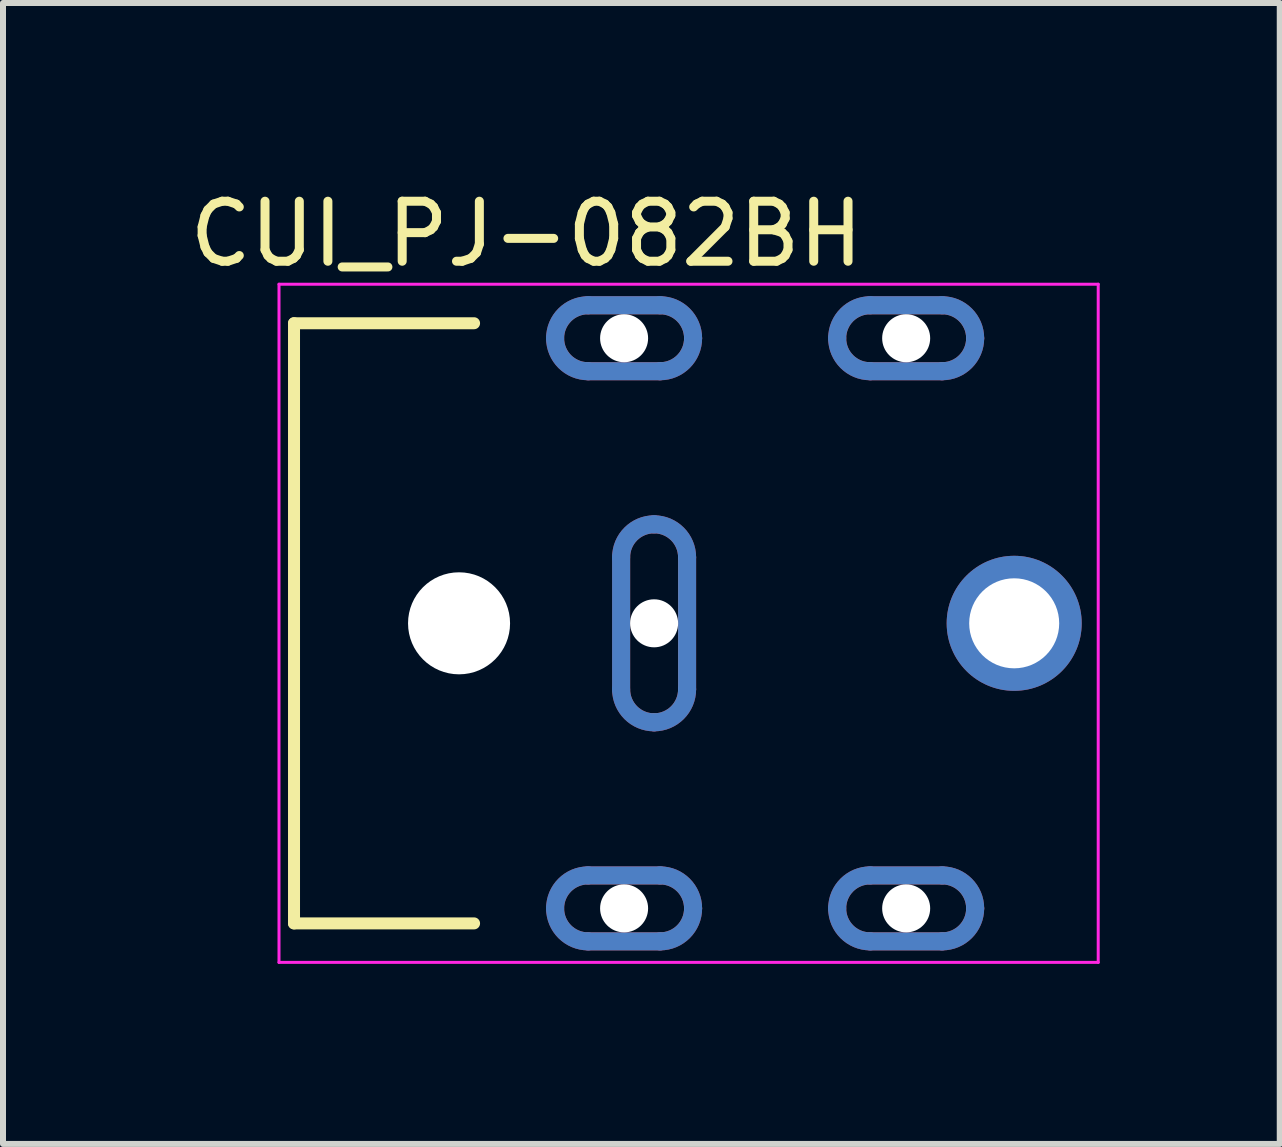
<source format=kicad_pcb>
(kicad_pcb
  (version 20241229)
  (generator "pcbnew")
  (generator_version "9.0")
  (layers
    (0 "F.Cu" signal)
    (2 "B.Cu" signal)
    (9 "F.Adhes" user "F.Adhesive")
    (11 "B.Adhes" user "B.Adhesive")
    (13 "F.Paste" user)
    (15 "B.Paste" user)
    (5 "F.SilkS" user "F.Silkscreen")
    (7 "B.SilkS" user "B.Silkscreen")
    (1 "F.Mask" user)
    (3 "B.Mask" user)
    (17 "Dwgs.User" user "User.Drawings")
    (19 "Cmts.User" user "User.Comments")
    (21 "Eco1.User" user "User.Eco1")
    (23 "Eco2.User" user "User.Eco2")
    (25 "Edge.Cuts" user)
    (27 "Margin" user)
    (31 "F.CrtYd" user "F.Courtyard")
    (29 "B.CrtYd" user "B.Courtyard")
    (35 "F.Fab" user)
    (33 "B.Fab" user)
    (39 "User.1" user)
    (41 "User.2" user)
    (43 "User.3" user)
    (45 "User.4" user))
  (footprint "CUI_PJ-082BH"
    (layer "F.Cu")
    (at 8.349 7.336)
    (property "Reference" "CUI_PJ-082BH" (at -2.626 -6.488 0) (layer "F.SilkS") (effects (font (size 1 1) (thickness 0.15))))
    (attr through_hole)
    (fp_line (start -1.6 -5.3) (end -0.4 -5.3) (stroke (width 0.3) (type solid)) (layer "F.Cu"))
    (fp_line (start -1.6 4.2) (end -0.4 4.2) (stroke (width 0.3) (type solid)) (layer "F.Cu"))
    (fp_line (start -1.05 1.1) (end -1.05 -1.1) (stroke (width 0.3) (type solid)) (layer "F.Cu"))
    (fp_line (start -0.4 -4.2) (end -1.6 -4.2) (stroke (width 0.3) (type solid)) (layer "F.Cu"))
    (fp_line (start -0.4 5.3) (end -1.6 5.3) (stroke (width 0.3) (type solid)) (layer "F.Cu"))
    (fp_line (start 0.05 -1.1) (end 0.05 1.1) (stroke (width 0.3) (type solid)) (layer "F.Cu"))
    (fp_line (start 3.1 -5.3) (end 4.3 -5.3) (stroke (width 0.3) (type solid)) (layer "F.Cu"))
    (fp_line (start 3.1 4.2) (end 4.3 4.2) (stroke (width 0.3) (type solid)) (layer "F.Cu"))
    (fp_line (start 4.3 -4.2) (end 3.1 -4.2) (stroke (width 0.3) (type solid)) (layer "F.Cu"))
    (fp_line (start 4.3 5.3) (end 3.1 5.3) (stroke (width 0.3) (type solid)) (layer "F.Cu"))
    (fp_arc (start -2.15 -4.75) (mid -1.988909 -5.138909) (end -1.6 -5.3) (stroke (width 0.3) (type solid)) (layer "F.Cu"))
    (fp_arc (start -2.15 4.75) (mid -1.988909 4.361091) (end -1.6 4.2) (stroke (width 0.3) (type solid)) (layer "F.Cu"))
    (fp_arc (start -1.6 -4.2) (mid -1.988909 -4.361091) (end -2.15 -4.75) (stroke (width 0.3) (type solid)) (layer "F.Cu"))
    (fp_arc (start -1.6 5.3) (mid -1.988909 5.138909) (end -2.15 4.75) (stroke (width 0.3) (type solid)) (layer "F.Cu"))
    (fp_arc (start -1.05 -1.1) (mid -0.888909 -1.488909) (end -0.5 -1.65) (stroke (width 0.3) (type solid)) (layer "F.Cu"))
    (fp_arc (start -0.5 -1.65) (mid -0.111091 -1.488909) (end 0.05 -1.1) (stroke (width 0.3) (type solid)) (layer "F.Cu"))
    (fp_arc (start -0.5 1.65) (mid -0.888909 1.488909) (end -1.05 1.1) (stroke (width 0.3) (type solid)) (layer "F.Cu"))
    (fp_arc (start -0.4 -5.3) (mid -0.011091 -5.138909) (end 0.15 -4.75) (stroke (width 0.3) (type solid)) (layer "F.Cu"))
    (fp_arc (start -0.4 4.2) (mid -0.011091 4.361091) (end 0.15 4.75) (stroke (width 0.3) (type solid)) (layer "F.Cu"))
    (fp_arc (start 0.05 1.1) (mid -0.111091 1.488909) (end -0.5 1.65) (stroke (width 0.3) (type solid)) (layer "F.Cu"))
    (fp_arc (start 0.15 -4.75) (mid -0.011091 -4.361091) (end -0.4 -4.2) (stroke (width 0.3) (type solid)) (layer "F.Cu"))
    (fp_arc (start 0.15 4.75) (mid -0.011091 5.138909) (end -0.4 5.3) (stroke (width 0.3) (type solid)) (layer "F.Cu"))
    (fp_arc (start 2.55 -4.75) (mid 2.711091 -5.138909) (end 3.1 -5.3) (stroke (width 0.3) (type solid)) (layer "F.Cu"))
    (fp_arc (start 2.55 4.75) (mid 2.711091 4.361091) (end 3.1 4.2) (stroke (width 0.3) (type solid)) (layer "F.Cu"))
    (fp_arc (start 3.1 -4.2) (mid 2.711091 -4.361091) (end 2.55 -4.75) (stroke (width 0.3) (type solid)) (layer "F.Cu"))
    (fp_arc (start 3.1 5.3) (mid 2.711091 5.138909) (end 2.55 4.75) (stroke (width 0.3) (type solid)) (layer "F.Cu"))
    (fp_arc (start 4.3 -5.3) (mid 4.688909 -5.138909) (end 4.85 -4.75) (stroke (width 0.3) (type solid)) (layer "F.Cu"))
    (fp_arc (start 4.3 4.2) (mid 4.688909 4.361091) (end 4.85 4.75) (stroke (width 0.3) (type solid)) (layer "F.Cu"))
    (fp_arc (start 4.85 -4.75) (mid 4.688909 -4.361091) (end 4.3 -4.2) (stroke (width 0.3) (type solid)) (layer "F.Cu"))
    (fp_arc (start 4.85 4.75) (mid 4.688909 5.138909) (end 4.3 5.3) (stroke (width 0.3) (type solid)) (layer "F.Cu"))
    (fp_poly (pts (xy -0.4 -3.95) (xy -1.6 -3.95) (xy -1.642 -3.951) (xy -1.684 -3.954) (xy -1.725 -3.96) (xy -1.766 -3.967) (xy -1.807 -3.977) (xy -1.847 -3.989) (xy -1.887 -4.003) (xy -1.925 -4.019) (xy -1.963 -4.037) (xy -2 -4.057) (xy -2.036 -4.079) (xy -2.07 -4.103) (xy -2.103 -4.128) (xy -2.135 -4.155) (xy -2.166 -4.184) (xy -2.195 -4.215) (xy -2.222 -4.247) (xy -2.247 -4.28) (xy -2.271 -4.314) (xy -2.293 -4.35) (xy -2.313 -4.387) (xy -2.331 -4.425) (xy -2.347 -4.463) (xy -2.361 -4.503) (xy -2.373 -4.543) (xy -2.383 -4.584) (xy -2.39 -4.625) (xy -2.396 -4.666) (xy -2.399 -4.708) (xy -2.4 -4.75) (xy -2.399 -4.792) (xy -2.396 -4.834) (xy -2.39 -4.875) (xy -2.383 -4.916) (xy -2.373 -4.957) (xy -2.361 -4.997) (xy -2.347 -5.037) (xy -2.331 -5.075) (xy -2.313 -5.113) (xy -2.293 -5.15) (xy -2.271 -5.186) (xy -2.247 -5.22) (xy -2.222 -5.253) (xy -2.195 -5.285) (xy -2.166 -5.316) (xy -2.135 -5.345) (xy -2.103 -5.372) (xy -2.07 -5.397) (xy -2.036 -5.421) (xy -2 -5.443) (xy -1.963 -5.463) (xy -1.925 -5.481) (xy -1.887 -5.497) (xy -1.847 -5.511) (xy -1.807 -5.523) (xy -1.766 -5.533) (xy -1.725 -5.54) (xy -1.684 -5.546) (xy -1.642 -5.549) (xy -1.6 -5.55) (xy -0.4 -5.55) (xy -0.358 -5.549) (xy -0.316 -5.546) (xy -0.275 -5.54) (xy -0.234 -5.533) (xy -0.193 -5.523) (xy -0.153 -5.511) (xy -0.113 -5.497) (xy -0.075 -5.481) (xy -0.037 -5.463) (xy 0 -5.443) (xy 0.036 -5.421) (xy 0.07 -5.397) (xy 0.103 -5.372) (xy 0.135 -5.345) (xy 0.166 -5.316) (xy 0.195 -5.285) (xy 0.222 -5.253) (xy 0.247 -5.22) (xy 0.271 -5.186) (xy 0.293 -5.15) (xy 0.313 -5.113) (xy 0.331 -5.075) (xy 0.347 -5.037) (xy 0.361 -4.997) (xy 0.373 -4.957) (xy 0.383 -4.916) (xy 0.39 -4.875) (xy 0.396 -4.834) (xy 0.399 -4.792) (xy 0.4 -4.75) (xy 0.399 -4.708) (xy 0.396 -4.666) (xy 0.39 -4.625) (xy 0.383 -4.584) (xy 0.373 -4.543) (xy 0.361 -4.503) (xy 0.347 -4.463) (xy 0.331 -4.425) (xy 0.313 -4.387) (xy 0.293 -4.35) (xy 0.271 -4.314) (xy 0.247 -4.28) (xy 0.222 -4.247) (xy 0.195 -4.215) (xy 0.166 -4.184) (xy 0.135 -4.155) (xy 0.103 -4.128) (xy 0.07 -4.103) (xy 0.036 -4.079) (xy 0 -4.057) (xy -0.037 -4.037) (xy -0.075 -4.019) (xy -0.113 -4.003) (xy -0.153 -3.989) (xy -0.193 -3.977) (xy -0.234 -3.967) (xy -0.275 -3.96) (xy -0.316 -3.954) (xy -0.358 -3.951) (xy -0.4 -3.95)) (stroke (width 0.1) (type solid)) (fill yes) (layer "F.Mask"))
    (fp_poly (pts (xy -0.4 5.55) (xy -1.6 5.55) (xy -1.642 5.549) (xy -1.684 5.546) (xy -1.725 5.54) (xy -1.766 5.533) (xy -1.807 5.523) (xy -1.847 5.511) (xy -1.887 5.497) (xy -1.925 5.481) (xy -1.963 5.463) (xy -2 5.443) (xy -2.036 5.421) (xy -2.07 5.397) (xy -2.103 5.372) (xy -2.135 5.345) (xy -2.166 5.316) (xy -2.195 5.285) (xy -2.222 5.253) (xy -2.247 5.22) (xy -2.271 5.186) (xy -2.293 5.15) (xy -2.313 5.113) (xy -2.331 5.075) (xy -2.347 5.037) (xy -2.361 4.997) (xy -2.373 4.957) (xy -2.383 4.916) (xy -2.39 4.875) (xy -2.396 4.834) (xy -2.399 4.792) (xy -2.4 4.75) (xy -2.399 4.708) (xy -2.396 4.666) (xy -2.39 4.625) (xy -2.383 4.584) (xy -2.373 4.543) (xy -2.361 4.503) (xy -2.347 4.463) (xy -2.331 4.425) (xy -2.313 4.387) (xy -2.293 4.35) (xy -2.271 4.314) (xy -2.247 4.28) (xy -2.222 4.247) (xy -2.195 4.215) (xy -2.166 4.184) (xy -2.135 4.155) (xy -2.103 4.128) (xy -2.07 4.103) (xy -2.036 4.079) (xy -2 4.057) (xy -1.963 4.037) (xy -1.925 4.019) (xy -1.887 4.003) (xy -1.847 3.989) (xy -1.807 3.977) (xy -1.766 3.967) (xy -1.725 3.96) (xy -1.684 3.954) (xy -1.642 3.951) (xy -1.6 3.95) (xy -0.4 3.95) (xy -0.358 3.951) (xy -0.316 3.954) (xy -0.275 3.96) (xy -0.234 3.967) (xy -0.193 3.977) (xy -0.153 3.989) (xy -0.113 4.003) (xy -0.075 4.019) (xy -0.037 4.037) (xy 0 4.057) (xy 0.036 4.079) (xy 0.07 4.103) (xy 0.103 4.128) (xy 0.135 4.155) (xy 0.166 4.184) (xy 0.195 4.215) (xy 0.222 4.247) (xy 0.247 4.28) (xy 0.271 4.314) (xy 0.293 4.35) (xy 0.313 4.387) (xy 0.331 4.425) (xy 0.347 4.463) (xy 0.361 4.503) (xy 0.373 4.543) (xy 0.383 4.584) (xy 0.39 4.625) (xy 0.396 4.666) (xy 0.399 4.708) (xy 0.4 4.75) (xy 0.399 4.792) (xy 0.396 4.834) (xy 0.39 4.875) (xy 0.383 4.916) (xy 0.373 4.957) (xy 0.361 4.997) (xy 0.347 5.037) (xy 0.331 5.075) (xy 0.313 5.113) (xy 0.293 5.15) (xy 0.271 5.186) (xy 0.247 5.22) (xy 0.222 5.253) (xy 0.195 5.285) (xy 0.166 5.316) (xy 0.135 5.345) (xy 0.103 5.372) (xy 0.07 5.397) (xy 0.036 5.421) (xy 0 5.443) (xy -0.037 5.463) (xy -0.075 5.481) (xy -0.113 5.497) (xy -0.153 5.511) (xy -0.193 5.523) (xy -0.234 5.533) (xy -0.275 5.54) (xy -0.316 5.546) (xy -0.358 5.549) (xy -0.4 5.55)) (stroke (width 0.1) (type solid)) (fill yes) (layer "F.Mask"))
    (fp_poly (pts (xy 0.3 -1.2) (xy 0.3 1.2) (xy 0.296 1.242) (xy 0.29 1.281) (xy 0.282 1.319) (xy 0.273 1.357) (xy 0.261 1.395) (xy 0.247 1.432) (xy 0.231 1.468) (xy 0.214 1.503) (xy 0.194 1.537) (xy 0.173 1.57) (xy 0.15 1.602) (xy 0.126 1.633) (xy 0.1 1.663) (xy 0.072 1.691) (xy 0.043 1.717) (xy 0.013 1.742) (xy -0.019 1.766) (xy -0.052 1.787) (xy -0.086 1.807) (xy -0.12 1.826) (xy -0.156 1.842) (xy -0.193 1.856) (xy -0.23 1.869) (xy -0.268 1.879) (xy -0.307 1.888) (xy -0.345 1.894) (xy -0.384 1.899) (xy -0.424 1.901) (xy -0.463 1.902) (xy -0.5 1.9) (xy -0.542 1.899) (xy -0.584 1.896) (xy -0.625 1.89) (xy -0.666 1.883) (xy -0.707 1.873) (xy -0.747 1.861) (xy -0.787 1.847) (xy -0.825 1.831) (xy -0.863 1.813) (xy -0.9 1.793) (xy -0.936 1.771) (xy -0.97 1.747) (xy -1.003 1.722) (xy -1.035 1.695) (xy -1.066 1.666) (xy -1.095 1.635) (xy -1.122 1.603) (xy -1.147 1.57) (xy -1.171 1.536) (xy -1.193 1.5) (xy -1.213 1.463) (xy -1.231 1.425) (xy -1.247 1.387) (xy -1.261 1.347) (xy -1.273 1.307) (xy -1.283 1.266) (xy -1.29 1.225) (xy -1.296 1.184) (xy -1.299 1.142) (xy -1.3 1.1) (xy -1.3 -1.3) (xy -1.294 -1.335) (xy -1.286 -1.371) (xy -1.276 -1.407) (xy -1.264 -1.442) (xy -1.251 -1.476) (xy -1.236 -1.51) (xy -1.218 -1.543) (xy -1.2 -1.575) (xy -1.179 -1.606) (xy -1.157 -1.635) (xy -1.134 -1.664) (xy -1.109 -1.691) (xy -1.082 -1.717) (xy -1.055 -1.742) (xy -1.026 -1.765) (xy -0.995 -1.786) (xy -0.964 -1.806) (xy -0.932 -1.824) (xy -0.899 -1.841) (xy -0.865 -1.856) (xy -0.83 -1.869) (xy -0.795 -1.88) (xy -0.759 -1.889) (xy -0.723 -1.896) (xy -0.686 -1.902) (xy -0.649 -1.905) (xy -0.612 -1.907) (xy -0.575 -1.907) (xy -0.538 -1.904) (xy -0.5 -1.9) (xy -0.463 -1.902) (xy -0.424 -1.901) (xy -0.384 -1.899) (xy -0.345 -1.894) (xy -0.307 -1.888) (xy -0.268 -1.879) (xy -0.23 -1.869) (xy -0.193 -1.856) (xy -0.156 -1.842) (xy -0.12 -1.826) (xy -0.086 -1.807) (xy -0.052 -1.787) (xy -0.019 -1.766) (xy 0.013 -1.742) (xy 0.043 -1.717) (xy 0.072 -1.691) (xy 0.1 -1.663) (xy 0.126 -1.633) (xy 0.15 -1.602) (xy 0.173 -1.57) (xy 0.194 -1.537) (xy 0.214 -1.503) (xy 0.231 -1.468) (xy 0.247 -1.432) (xy 0.261 -1.395) (xy 0.273 -1.357) (xy 0.282 -1.319) (xy 0.29 -1.281) (xy 0.296 -1.242) (xy 0.3 -1.2)) (stroke (width 0.1) (type solid)) (fill yes) (layer "F.Mask"))
    (fp_poly (pts (xy 4.3 -3.95) (xy 3.1 -3.95) (xy 3.058 -3.951) (xy 3.016 -3.954) (xy 2.975 -3.96) (xy 2.934 -3.967) (xy 2.893 -3.977) (xy 2.853 -3.989) (xy 2.813 -4.003) (xy 2.775 -4.019) (xy 2.737 -4.037) (xy 2.7 -4.057) (xy 2.664 -4.079) (xy 2.63 -4.103) (xy 2.597 -4.128) (xy 2.565 -4.155) (xy 2.534 -4.184) (xy 2.505 -4.215) (xy 2.478 -4.247) (xy 2.453 -4.28) (xy 2.429 -4.314) (xy 2.407 -4.35) (xy 2.387 -4.387) (xy 2.369 -4.425) (xy 2.353 -4.463) (xy 2.339 -4.503) (xy 2.327 -4.543) (xy 2.317 -4.584) (xy 2.31 -4.625) (xy 2.304 -4.666) (xy 2.301 -4.708) (xy 2.3 -4.75) (xy 2.301 -4.792) (xy 2.304 -4.834) (xy 2.31 -4.875) (xy 2.317 -4.916) (xy 2.327 -4.957) (xy 2.339 -4.997) (xy 2.353 -5.037) (xy 2.369 -5.075) (xy 2.387 -5.113) (xy 2.407 -5.15) (xy 2.429 -5.186) (xy 2.453 -5.22) (xy 2.478 -5.253) (xy 2.505 -5.285) (xy 2.534 -5.316) (xy 2.565 -5.345) (xy 2.597 -5.372) (xy 2.63 -5.397) (xy 2.664 -5.421) (xy 2.7 -5.443) (xy 2.737 -5.463) (xy 2.775 -5.481) (xy 2.813 -5.497) (xy 2.853 -5.511) (xy 2.893 -5.523) (xy 2.934 -5.533) (xy 2.975 -5.54) (xy 3.016 -5.546) (xy 3.058 -5.549) (xy 3.1 -5.55) (xy 4.3 -5.55) (xy 4.342 -5.549) (xy 4.384 -5.546) (xy 4.425 -5.54) (xy 4.466 -5.533) (xy 4.507 -5.523) (xy 4.547 -5.511) (xy 4.587 -5.497) (xy 4.625 -5.481) (xy 4.663 -5.463) (xy 4.7 -5.443) (xy 4.736 -5.421) (xy 4.77 -5.397) (xy 4.803 -5.372) (xy 4.835 -5.345) (xy 4.866 -5.316) (xy 4.895 -5.285) (xy 4.922 -5.253) (xy 4.947 -5.22) (xy 4.971 -5.186) (xy 4.993 -5.15) (xy 5.013 -5.113) (xy 5.031 -5.075) (xy 5.047 -5.037) (xy 5.061 -4.997) (xy 5.073 -4.957) (xy 5.083 -4.916) (xy 5.09 -4.875) (xy 5.096 -4.834) (xy 5.099 -4.792) (xy 5.1 -4.75) (xy 5.099 -4.708) (xy 5.096 -4.666) (xy 5.09 -4.625) (xy 5.083 -4.584) (xy 5.073 -4.543) (xy 5.061 -4.503) (xy 5.047 -4.463) (xy 5.031 -4.425) (xy 5.013 -4.387) (xy 4.993 -4.35) (xy 4.971 -4.314) (xy 4.947 -4.28) (xy 4.922 -4.247) (xy 4.895 -4.215) (xy 4.866 -4.184) (xy 4.835 -4.155) (xy 4.803 -4.128) (xy 4.77 -4.103) (xy 4.736 -4.079) (xy 4.7 -4.057) (xy 4.663 -4.037) (xy 4.625 -4.019) (xy 4.587 -4.003) (xy 4.547 -3.989) (xy 4.507 -3.977) (xy 4.466 -3.967) (xy 4.425 -3.96) (xy 4.384 -3.954) (xy 4.342 -3.951) (xy 4.3 -3.95)) (stroke (width 0.1) (type solid)) (fill yes) (layer "F.Mask"))
    (fp_poly (pts (xy 4.3 5.55) (xy 3.1 5.55) (xy 3.058 5.549) (xy 3.016 5.546) (xy 2.975 5.54) (xy 2.934 5.533) (xy 2.893 5.523) (xy 2.853 5.511) (xy 2.813 5.497) (xy 2.775 5.481) (xy 2.737 5.463) (xy 2.7 5.443) (xy 2.664 5.421) (xy 2.63 5.397) (xy 2.597 5.372) (xy 2.565 5.345) (xy 2.534 5.316) (xy 2.505 5.285) (xy 2.478 5.253) (xy 2.453 5.22) (xy 2.429 5.186) (xy 2.407 5.15) (xy 2.387 5.113) (xy 2.369 5.075) (xy 2.353 5.037) (xy 2.339 4.997) (xy 2.327 4.957) (xy 2.317 4.916) (xy 2.31 4.875) (xy 2.304 4.834) (xy 2.301 4.792) (xy 2.3 4.75) (xy 2.301 4.708) (xy 2.304 4.666) (xy 2.31 4.625) (xy 2.317 4.584) (xy 2.327 4.543) (xy 2.339 4.503) (xy 2.353 4.463) (xy 2.369 4.425) (xy 2.387 4.387) (xy 2.407 4.35) (xy 2.429 4.314) (xy 2.453 4.28) (xy 2.478 4.247) (xy 2.505 4.215) (xy 2.534 4.184) (xy 2.565 4.155) (xy 2.597 4.128) (xy 2.63 4.103) (xy 2.664 4.079) (xy 2.7 4.057) (xy 2.737 4.037) (xy 2.775 4.019) (xy 2.813 4.003) (xy 2.853 3.989) (xy 2.893 3.977) (xy 2.934 3.967) (xy 2.975 3.96) (xy 3.016 3.954) (xy 3.058 3.951) (xy 3.1 3.95) (xy 4.3 3.95) (xy 4.342 3.951) (xy 4.384 3.954) (xy 4.425 3.96) (xy 4.466 3.967) (xy 4.507 3.977) (xy 4.547 3.989) (xy 4.587 4.003) (xy 4.625 4.019) (xy 4.663 4.037) (xy 4.7 4.057) (xy 4.736 4.079) (xy 4.77 4.103) (xy 4.803 4.128) (xy 4.835 4.155) (xy 4.866 4.184) (xy 4.895 4.215) (xy 4.922 4.247) (xy 4.947 4.28) (xy 4.971 4.314) (xy 4.993 4.35) (xy 5.013 4.387) (xy 5.031 4.425) (xy 5.047 4.463) (xy 5.061 4.503) (xy 5.073 4.543) (xy 5.083 4.584) (xy 5.09 4.625) (xy 5.096 4.666) (xy 5.099 4.708) (xy 5.1 4.75) (xy 5.099 4.792) (xy 5.096 4.834) (xy 5.09 4.875) (xy 5.083 4.916) (xy 5.073 4.957) (xy 5.061 4.997) (xy 5.047 5.037) (xy 5.031 5.075) (xy 5.013 5.113) (xy 4.993 5.15) (xy 4.971 5.186) (xy 4.947 5.22) (xy 4.922 5.253) (xy 4.895 5.285) (xy 4.866 5.316) (xy 4.835 5.345) (xy 4.803 5.372) (xy 4.77 5.397) (xy 4.736 5.421) (xy 4.7 5.443) (xy 4.663 5.463) (xy 4.625 5.481) (xy 4.587 5.497) (xy 4.547 5.511) (xy 4.507 5.523) (xy 4.466 5.533) (xy 4.425 5.54) (xy 4.384 5.546) (xy 4.342 5.549) (xy 4.3 5.55)) (stroke (width 0.1) (type solid)) (fill yes) (layer "F.Mask"))
    (fp_line (start -1.6 -5.3) (end -0.4 -5.3) (stroke (width 0.3) (type solid)) (layer "B.Cu"))
    (fp_line (start -1.6 4.2) (end -0.4 4.2) (stroke (width 0.3) (type solid)) (layer "B.Cu"))
    (fp_line (start -1.05 1.1) (end -1.05 -1.1) (stroke (width 0.3) (type solid)) (layer "B.Cu"))
    (fp_line (start -0.4 -4.2) (end -1.6 -4.2) (stroke (width 0.3) (type solid)) (layer "B.Cu"))
    (fp_line (start -0.4 5.3) (end -1.6 5.3) (stroke (width 0.3) (type solid)) (layer "B.Cu"))
    (fp_line (start 0.05 -1.1) (end 0.05 1.1) (stroke (width 0.3) (type solid)) (layer "B.Cu"))
    (fp_line (start 3.1 -5.3) (end 4.3 -5.3) (stroke (width 0.3) (type solid)) (layer "B.Cu"))
    (fp_line (start 3.1 4.2) (end 4.3 4.2) (stroke (width 0.3) (type solid)) (layer "B.Cu"))
    (fp_line (start 4.3 -4.2) (end 3.1 -4.2) (stroke (width 0.3) (type solid)) (layer "B.Cu"))
    (fp_line (start 4.3 5.3) (end 3.1 5.3) (stroke (width 0.3) (type solid)) (layer "B.Cu"))
    (fp_arc (start -2.15 -4.75) (mid -1.988909 -5.138909) (end -1.6 -5.3) (stroke (width 0.3) (type solid)) (layer "B.Cu"))
    (fp_arc (start -2.15 4.75) (mid -1.988909 4.361091) (end -1.6 4.2) (stroke (width 0.3) (type solid)) (layer "B.Cu"))
    (fp_arc (start -1.6 -4.2) (mid -1.988909 -4.361091) (end -2.15 -4.75) (stroke (width 0.3) (type solid)) (layer "B.Cu"))
    (fp_arc (start -1.6 5.3) (mid -1.988909 5.138909) (end -2.15 4.75) (stroke (width 0.3) (type solid)) (layer "B.Cu"))
    (fp_arc (start -1.05 -1.1) (mid -0.888909 -1.488909) (end -0.5 -1.65) (stroke (width 0.3) (type solid)) (layer "B.Cu"))
    (fp_arc (start -0.5 -1.65) (mid -0.111091 -1.488909) (end 0.05 -1.1) (stroke (width 0.3) (type solid)) (layer "B.Cu"))
    (fp_arc (start -0.5 1.65) (mid -0.888909 1.488909) (end -1.05 1.1) (stroke (width 0.3) (type solid)) (layer "B.Cu"))
    (fp_arc (start -0.4 -5.3) (mid -0.011091 -5.138909) (end 0.15 -4.75) (stroke (width 0.3) (type solid)) (layer "B.Cu"))
    (fp_arc (start -0.4 4.2) (mid -0.011091 4.361091) (end 0.15 4.75) (stroke (width 0.3) (type solid)) (layer "B.Cu"))
    (fp_arc (start 0.05 1.1) (mid -0.111091 1.488909) (end -0.5 1.65) (stroke (width 0.3) (type solid)) (layer "B.Cu"))
    (fp_arc (start 0.15 -4.75) (mid -0.011091 -4.361091) (end -0.4 -4.2) (stroke (width 0.3) (type solid)) (layer "B.Cu"))
    (fp_arc (start 0.15 4.75) (mid -0.011091 5.138909) (end -0.4 5.3) (stroke (width 0.3) (type solid)) (layer "B.Cu"))
    (fp_arc (start 2.55 -4.75) (mid 2.711091 -5.138909) (end 3.1 -5.3) (stroke (width 0.3) (type solid)) (layer "B.Cu"))
    (fp_arc (start 2.55 4.75) (mid 2.711091 4.361091) (end 3.1 4.2) (stroke (width 0.3) (type solid)) (layer "B.Cu"))
    (fp_arc (start 3.1 -4.2) (mid 2.711091 -4.361091) (end 2.55 -4.75) (stroke (width 0.3) (type solid)) (layer "B.Cu"))
    (fp_arc (start 3.1 5.3) (mid 2.711091 5.138909) (end 2.55 4.75) (stroke (width 0.3) (type solid)) (layer "B.Cu"))
    (fp_arc (start 4.3 -5.3) (mid 4.688909 -5.138909) (end 4.85 -4.75) (stroke (width 0.3) (type solid)) (layer "B.Cu"))
    (fp_arc (start 4.3 4.2) (mid 4.688909 4.361091) (end 4.85 4.75) (stroke (width 0.3) (type solid)) (layer "B.Cu"))
    (fp_arc (start 4.85 -4.75) (mid 4.688909 -4.361091) (end 4.3 -4.2) (stroke (width 0.3) (type solid)) (layer "B.Cu"))
    (fp_arc (start 4.85 4.75) (mid 4.688909 5.138909) (end 4.3 5.3) (stroke (width 0.3) (type solid)) (layer "B.Cu"))
    (fp_poly (pts (xy -0.4 -3.95) (xy -1.6 -3.95) (xy -1.642 -3.951) (xy -1.684 -3.954) (xy -1.725 -3.96) (xy -1.766 -3.967) (xy -1.807 -3.977) (xy -1.847 -3.989) (xy -1.887 -4.003) (xy -1.925 -4.019) (xy -1.963 -4.037) (xy -2 -4.057) (xy -2.036 -4.079) (xy -2.07 -4.103) (xy -2.103 -4.128) (xy -2.135 -4.155) (xy -2.166 -4.184) (xy -2.195 -4.215) (xy -2.222 -4.247) (xy -2.247 -4.28) (xy -2.271 -4.314) (xy -2.293 -4.35) (xy -2.313 -4.387) (xy -2.331 -4.425) (xy -2.347 -4.463) (xy -2.361 -4.503) (xy -2.373 -4.543) (xy -2.383 -4.584) (xy -2.39 -4.625) (xy -2.396 -4.666) (xy -2.399 -4.708) (xy -2.4 -4.75) (xy -2.399 -4.792) (xy -2.396 -4.834) (xy -2.39 -4.875) (xy -2.383 -4.916) (xy -2.373 -4.957) (xy -2.361 -4.997) (xy -2.347 -5.037) (xy -2.331 -5.075) (xy -2.313 -5.113) (xy -2.293 -5.15) (xy -2.271 -5.186) (xy -2.247 -5.22) (xy -2.222 -5.253) (xy -2.195 -5.285) (xy -2.166 -5.316) (xy -2.135 -5.345) (xy -2.103 -5.372) (xy -2.07 -5.397) (xy -2.036 -5.421) (xy -2 -5.443) (xy -1.963 -5.463) (xy -1.925 -5.481) (xy -1.887 -5.497) (xy -1.847 -5.511) (xy -1.807 -5.523) (xy -1.766 -5.533) (xy -1.725 -5.54) (xy -1.684 -5.546) (xy -1.642 -5.549) (xy -1.6 -5.55) (xy -0.4 -5.55) (xy -0.358 -5.549) (xy -0.316 -5.546) (xy -0.275 -5.54) (xy -0.234 -5.533) (xy -0.193 -5.523) (xy -0.153 -5.511) (xy -0.113 -5.497) (xy -0.075 -5.481) (xy -0.037 -5.463) (xy 0 -5.443) (xy 0.036 -5.421) (xy 0.07 -5.397) (xy 0.103 -5.372) (xy 0.135 -5.345) (xy 0.166 -5.316) (xy 0.195 -5.285) (xy 0.222 -5.253) (xy 0.247 -5.22) (xy 0.271 -5.186) (xy 0.293 -5.15) (xy 0.313 -5.113) (xy 0.331 -5.075) (xy 0.347 -5.037) (xy 0.361 -4.997) (xy 0.373 -4.957) (xy 0.383 -4.916) (xy 0.39 -4.875) (xy 0.396 -4.834) (xy 0.399 -4.792) (xy 0.4 -4.75) (xy 0.399 -4.708) (xy 0.396 -4.666) (xy 0.39 -4.625) (xy 0.383 -4.584) (xy 0.373 -4.543) (xy 0.361 -4.503) (xy 0.347 -4.463) (xy 0.331 -4.425) (xy 0.313 -4.387) (xy 0.293 -4.35) (xy 0.271 -4.314) (xy 0.247 -4.28) (xy 0.222 -4.247) (xy 0.195 -4.215) (xy 0.166 -4.184) (xy 0.135 -4.155) (xy 0.103 -4.128) (xy 0.07 -4.103) (xy 0.036 -4.079) (xy 0 -4.057) (xy -0.037 -4.037) (xy -0.075 -4.019) (xy -0.113 -4.003) (xy -0.153 -3.989) (xy -0.193 -3.977) (xy -0.234 -3.967) (xy -0.275 -3.96) (xy -0.316 -3.954) (xy -0.358 -3.951) (xy -0.4 -3.95)) (stroke (width 0.1) (type solid)) (fill yes) (layer "B.Mask"))
    (fp_poly (pts (xy -0.4 5.55) (xy -1.6 5.55) (xy -1.642 5.549) (xy -1.684 5.546) (xy -1.725 5.54) (xy -1.766 5.533) (xy -1.807 5.523) (xy -1.847 5.511) (xy -1.887 5.497) (xy -1.925 5.481) (xy -1.963 5.463) (xy -2 5.443) (xy -2.036 5.421) (xy -2.07 5.397) (xy -2.103 5.372) (xy -2.135 5.345) (xy -2.166 5.316) (xy -2.195 5.285) (xy -2.222 5.253) (xy -2.247 5.22) (xy -2.271 5.186) (xy -2.293 5.15) (xy -2.313 5.113) (xy -2.331 5.075) (xy -2.347 5.037) (xy -2.361 4.997) (xy -2.373 4.957) (xy -2.383 4.916) (xy -2.39 4.875) (xy -2.396 4.834) (xy -2.399 4.792) (xy -2.4 4.75) (xy -2.399 4.708) (xy -2.396 4.666) (xy -2.39 4.625) (xy -2.383 4.584) (xy -2.373 4.543) (xy -2.361 4.503) (xy -2.347 4.463) (xy -2.331 4.425) (xy -2.313 4.387) (xy -2.293 4.35) (xy -2.271 4.314) (xy -2.247 4.28) (xy -2.222 4.247) (xy -2.195 4.215) (xy -2.166 4.184) (xy -2.135 4.155) (xy -2.103 4.128) (xy -2.07 4.103) (xy -2.036 4.079) (xy -2 4.057) (xy -1.963 4.037) (xy -1.925 4.019) (xy -1.887 4.003) (xy -1.847 3.989) (xy -1.807 3.977) (xy -1.766 3.967) (xy -1.725 3.96) (xy -1.684 3.954) (xy -1.642 3.951) (xy -1.6 3.95) (xy -0.4 3.95) (xy -0.358 3.951) (xy -0.316 3.954) (xy -0.275 3.96) (xy -0.234 3.967) (xy -0.193 3.977) (xy -0.153 3.989) (xy -0.113 4.003) (xy -0.075 4.019) (xy -0.037 4.037) (xy 0 4.057) (xy 0.036 4.079) (xy 0.07 4.103) (xy 0.103 4.128) (xy 0.135 4.155) (xy 0.166 4.184) (xy 0.195 4.215) (xy 0.222 4.247) (xy 0.247 4.28) (xy 0.271 4.314) (xy 0.293 4.35) (xy 0.313 4.387) (xy 0.331 4.425) (xy 0.347 4.463) (xy 0.361 4.503) (xy 0.373 4.543) (xy 0.383 4.584) (xy 0.39 4.625) (xy 0.396 4.666) (xy 0.399 4.708) (xy 0.4 4.75) (xy 0.399 4.792) (xy 0.396 4.834) (xy 0.39 4.875) (xy 0.383 4.916) (xy 0.373 4.957) (xy 0.361 4.997) (xy 0.347 5.037) (xy 0.331 5.075) (xy 0.313 5.113) (xy 0.293 5.15) (xy 0.271 5.186) (xy 0.247 5.22) (xy 0.222 5.253) (xy 0.195 5.285) (xy 0.166 5.316) (xy 0.135 5.345) (xy 0.103 5.372) (xy 0.07 5.397) (xy 0.036 5.421) (xy 0 5.443) (xy -0.037 5.463) (xy -0.075 5.481) (xy -0.113 5.497) (xy -0.153 5.511) (xy -0.193 5.523) (xy -0.234 5.533) (xy -0.275 5.54) (xy -0.316 5.546) (xy -0.358 5.549) (xy -0.4 5.55)) (stroke (width 0.1) (type solid)) (fill yes) (layer "B.Mask"))
    (fp_poly (pts (xy 0.3 -1.2) (xy 0.3 1.2) (xy 0.296 1.242) (xy 0.29 1.281) (xy 0.282 1.319) (xy 0.273 1.357) (xy 0.261 1.395) (xy 0.247 1.432) (xy 0.231 1.468) (xy 0.214 1.503) (xy 0.194 1.537) (xy 0.173 1.57) (xy 0.15 1.602) (xy 0.126 1.633) (xy 0.1 1.663) (xy 0.072 1.691) (xy 0.043 1.717) (xy 0.013 1.742) (xy -0.019 1.766) (xy -0.052 1.787) (xy -0.086 1.807) (xy -0.12 1.826) (xy -0.156 1.842) (xy -0.193 1.856) (xy -0.23 1.869) (xy -0.268 1.879) (xy -0.307 1.888) (xy -0.345 1.894) (xy -0.384 1.899) (xy -0.424 1.901) (xy -0.463 1.902) (xy -0.5 1.9) (xy -0.542 1.899) (xy -0.584 1.896) (xy -0.625 1.89) (xy -0.666 1.883) (xy -0.707 1.873) (xy -0.747 1.861) (xy -0.787 1.847) (xy -0.825 1.831) (xy -0.863 1.813) (xy -0.9 1.793) (xy -0.936 1.771) (xy -0.97 1.747) (xy -1.003 1.722) (xy -1.035 1.695) (xy -1.066 1.666) (xy -1.095 1.635) (xy -1.122 1.603) (xy -1.147 1.57) (xy -1.171 1.536) (xy -1.193 1.5) (xy -1.213 1.463) (xy -1.231 1.425) (xy -1.247 1.387) (xy -1.261 1.347) (xy -1.273 1.307) (xy -1.283 1.266) (xy -1.29 1.225) (xy -1.296 1.184) (xy -1.299 1.142) (xy -1.3 1.1) (xy -1.3 -1.3) (xy -1.294 -1.335) (xy -1.286 -1.371) (xy -1.276 -1.407) (xy -1.264 -1.442) (xy -1.251 -1.476) (xy -1.236 -1.51) (xy -1.218 -1.543) (xy -1.2 -1.575) (xy -1.179 -1.606) (xy -1.157 -1.635) (xy -1.134 -1.664) (xy -1.109 -1.691) (xy -1.082 -1.717) (xy -1.055 -1.742) (xy -1.026 -1.765) (xy -0.995 -1.786) (xy -0.964 -1.806) (xy -0.932 -1.824) (xy -0.899 -1.841) (xy -0.865 -1.856) (xy -0.83 -1.869) (xy -0.795 -1.88) (xy -0.759 -1.889) (xy -0.723 -1.896) (xy -0.686 -1.902) (xy -0.649 -1.905) (xy -0.612 -1.907) (xy -0.575 -1.907) (xy -0.538 -1.904) (xy -0.5 -1.9) (xy -0.463 -1.902) (xy -0.424 -1.901) (xy -0.384 -1.899) (xy -0.345 -1.894) (xy -0.307 -1.888) (xy -0.268 -1.879) (xy -0.23 -1.869) (xy -0.193 -1.856) (xy -0.156 -1.842) (xy -0.12 -1.826) (xy -0.086 -1.807) (xy -0.052 -1.787) (xy -0.019 -1.766) (xy 0.013 -1.742) (xy 0.043 -1.717) (xy 0.072 -1.691) (xy 0.1 -1.663) (xy 0.126 -1.633) (xy 0.15 -1.602) (xy 0.173 -1.57) (xy 0.194 -1.537) (xy 0.214 -1.503) (xy 0.231 -1.468) (xy 0.247 -1.432) (xy 0.261 -1.395) (xy 0.273 -1.357) (xy 0.282 -1.319) (xy 0.29 -1.281) (xy 0.296 -1.242) (xy 0.3 -1.2)) (stroke (width 0.1) (type solid)) (fill yes) (layer "B.Mask"))
    (fp_poly (pts (xy 4.3 -3.95) (xy 3.1 -3.95) (xy 3.058 -3.951) (xy 3.016 -3.954) (xy 2.975 -3.96) (xy 2.934 -3.967) (xy 2.893 -3.977) (xy 2.853 -3.989) (xy 2.813 -4.003) (xy 2.775 -4.019) (xy 2.737 -4.037) (xy 2.7 -4.057) (xy 2.664 -4.079) (xy 2.63 -4.103) (xy 2.597 -4.128) (xy 2.565 -4.155) (xy 2.534 -4.184) (xy 2.505 -4.215) (xy 2.478 -4.247) (xy 2.453 -4.28) (xy 2.429 -4.314) (xy 2.407 -4.35) (xy 2.387 -4.387) (xy 2.369 -4.425) (xy 2.353 -4.463) (xy 2.339 -4.503) (xy 2.327 -4.543) (xy 2.317 -4.584) (xy 2.31 -4.625) (xy 2.304 -4.666) (xy 2.301 -4.708) (xy 2.3 -4.75) (xy 2.301 -4.792) (xy 2.304 -4.834) (xy 2.31 -4.875) (xy 2.317 -4.916) (xy 2.327 -4.957) (xy 2.339 -4.997) (xy 2.353 -5.037) (xy 2.369 -5.075) (xy 2.387 -5.113) (xy 2.407 -5.15) (xy 2.429 -5.186) (xy 2.453 -5.22) (xy 2.478 -5.253) (xy 2.505 -5.285) (xy 2.534 -5.316) (xy 2.565 -5.345) (xy 2.597 -5.372) (xy 2.63 -5.397) (xy 2.664 -5.421) (xy 2.7 -5.443) (xy 2.737 -5.463) (xy 2.775 -5.481) (xy 2.813 -5.497) (xy 2.853 -5.511) (xy 2.893 -5.523) (xy 2.934 -5.533) (xy 2.975 -5.54) (xy 3.016 -5.546) (xy 3.058 -5.549) (xy 3.1 -5.55) (xy 4.3 -5.55) (xy 4.342 -5.549) (xy 4.384 -5.546) (xy 4.425 -5.54) (xy 4.466 -5.533) (xy 4.507 -5.523) (xy 4.547 -5.511) (xy 4.587 -5.497) (xy 4.625 -5.481) (xy 4.663 -5.463) (xy 4.7 -5.443) (xy 4.736 -5.421) (xy 4.77 -5.397) (xy 4.803 -5.372) (xy 4.835 -5.345) (xy 4.866 -5.316) (xy 4.895 -5.285) (xy 4.922 -5.253) (xy 4.947 -5.22) (xy 4.971 -5.186) (xy 4.993 -5.15) (xy 5.013 -5.113) (xy 5.031 -5.075) (xy 5.047 -5.037) (xy 5.061 -4.997) (xy 5.073 -4.957) (xy 5.083 -4.916) (xy 5.09 -4.875) (xy 5.096 -4.834) (xy 5.099 -4.792) (xy 5.1 -4.75) (xy 5.099 -4.708) (xy 5.096 -4.666) (xy 5.09 -4.625) (xy 5.083 -4.584) (xy 5.073 -4.543) (xy 5.061 -4.503) (xy 5.047 -4.463) (xy 5.031 -4.425) (xy 5.013 -4.387) (xy 4.993 -4.35) (xy 4.971 -4.314) (xy 4.947 -4.28) (xy 4.922 -4.247) (xy 4.895 -4.215) (xy 4.866 -4.184) (xy 4.835 -4.155) (xy 4.803 -4.128) (xy 4.77 -4.103) (xy 4.736 -4.079) (xy 4.7 -4.057) (xy 4.663 -4.037) (xy 4.625 -4.019) (xy 4.587 -4.003) (xy 4.547 -3.989) (xy 4.507 -3.977) (xy 4.466 -3.967) (xy 4.425 -3.96) (xy 4.384 -3.954) (xy 4.342 -3.951) (xy 4.3 -3.95)) (stroke (width 0.1) (type solid)) (fill yes) (layer "B.Mask"))
    (fp_poly (pts (xy 4.3 5.55) (xy 3.1 5.55) (xy 3.058 5.549) (xy 3.016 5.546) (xy 2.975 5.54) (xy 2.934 5.533) (xy 2.893 5.523) (xy 2.853 5.511) (xy 2.813 5.497) (xy 2.775 5.481) (xy 2.737 5.463) (xy 2.7 5.443) (xy 2.664 5.421) (xy 2.63 5.397) (xy 2.597 5.372) (xy 2.565 5.345) (xy 2.534 5.316) (xy 2.505 5.285) (xy 2.478 5.253) (xy 2.453 5.22) (xy 2.429 5.186) (xy 2.407 5.15) (xy 2.387 5.113) (xy 2.369 5.075) (xy 2.353 5.037) (xy 2.339 4.997) (xy 2.327 4.957) (xy 2.317 4.916) (xy 2.31 4.875) (xy 2.304 4.834) (xy 2.301 4.792) (xy 2.3 4.75) (xy 2.301 4.708) (xy 2.304 4.666) (xy 2.31 4.625) (xy 2.317 4.584) (xy 2.327 4.543) (xy 2.339 4.503) (xy 2.353 4.463) (xy 2.369 4.425) (xy 2.387 4.387) (xy 2.407 4.35) (xy 2.429 4.314) (xy 2.453 4.28) (xy 2.478 4.247) (xy 2.505 4.215) (xy 2.534 4.184) (xy 2.565 4.155) (xy 2.597 4.128) (xy 2.63 4.103) (xy 2.664 4.079) (xy 2.7 4.057) (xy 2.737 4.037) (xy 2.775 4.019) (xy 2.813 4.003) (xy 2.853 3.989) (xy 2.893 3.977) (xy 2.934 3.967) (xy 2.975 3.96) (xy 3.016 3.954) (xy 3.058 3.951) (xy 3.1 3.95) (xy 4.3 3.95) (xy 4.342 3.951) (xy 4.384 3.954) (xy 4.425 3.96) (xy 4.466 3.967) (xy 4.507 3.977) (xy 4.547 3.989) (xy 4.587 4.003) (xy 4.625 4.019) (xy 4.663 4.037) (xy 4.7 4.057) (xy 4.736 4.079) (xy 4.77 4.103) (xy 4.803 4.128) (xy 4.835 4.155) (xy 4.866 4.184) (xy 4.895 4.215) (xy 4.922 4.247) (xy 4.947 4.28) (xy 4.971 4.314) (xy 4.993 4.35) (xy 5.013 4.387) (xy 5.031 4.425) (xy 5.047 4.463) (xy 5.061 4.503) (xy 5.073 4.543) (xy 5.083 4.584) (xy 5.09 4.625) (xy 5.096 4.666) (xy 5.099 4.708) (xy 5.1 4.75) (xy 5.099 4.792) (xy 5.096 4.834) (xy 5.09 4.875) (xy 5.083 4.916) (xy 5.073 4.957) (xy 5.061 4.997) (xy 5.047 5.037) (xy 5.031 5.075) (xy 5.013 5.113) (xy 4.993 5.15) (xy 4.971 5.186) (xy 4.947 5.22) (xy 4.922 5.253) (xy 4.895 5.285) (xy 4.866 5.316) (xy 4.835 5.345) (xy 4.803 5.372) (xy 4.77 5.397) (xy 4.736 5.421) (xy 4.7 5.443) (xy 4.663 5.463) (xy 4.625 5.481) (xy 4.587 5.497) (xy 4.547 5.511) (xy 4.507 5.523) (xy 4.466 5.533) (xy 4.425 5.54) (xy 4.384 5.546) (xy 4.342 5.549) (xy 4.3 5.55)) (stroke (width 0.1) (type solid)) (fill yes) (layer "B.Mask"))
    (fp_line (start -6.5 -5) (end -3.5 -5) (stroke (width 0.2) (type solid)) (layer "F.SilkS"))
    (fp_line (start -6.5 5) (end -6.5 -5) (stroke (width 0.2) (type solid)) (layer "F.SilkS"))
    (fp_line (start -3.5 5) (end -6.5 5) (stroke (width 0.2) (type solid)) (layer "F.SilkS"))
    (fp_line (start -1.6 -5.3) (end -0.4 -5.3) (stroke (width 0.3) (type solid)) (layer "F.Paste"))
    (fp_line (start -1.6 4.2) (end -0.4 4.2) (stroke (width 0.3) (type solid)) (layer "F.Paste"))
    (fp_line (start -1.05 1.1) (end -1.05 -1.1) (stroke (width 0.3) (type solid)) (layer "F.Paste"))
    (fp_line (start -0.4 -4.2) (end -1.6 -4.2) (stroke (width 0.3) (type solid)) (layer "F.Paste"))
    (fp_line (start -0.4 5.3) (end -1.6 5.3) (stroke (width 0.3) (type solid)) (layer "F.Paste"))
    (fp_line (start 0.05 -1.1) (end 0.05 1.1) (stroke (width 0.3) (type solid)) (layer "F.Paste"))
    (fp_line (start 3.1 -5.3) (end 4.3 -5.3) (stroke (width 0.3) (type solid)) (layer "F.Paste"))
    (fp_line (start 3.1 4.2) (end 4.3 4.2) (stroke (width 0.3) (type solid)) (layer "F.Paste"))
    (fp_line (start 4.3 -4.2) (end 3.1 -4.2) (stroke (width 0.3) (type solid)) (layer "F.Paste"))
    (fp_line (start 4.3 5.3) (end 3.1 5.3) (stroke (width 0.3) (type solid)) (layer "F.Paste"))
    (fp_arc (start -2.15 -4.75) (mid -1.988909 -5.138909) (end -1.6 -5.3) (stroke (width 0.3) (type solid)) (layer "F.Paste"))
    (fp_arc (start -2.15 4.75) (mid -1.988909 4.361091) (end -1.6 4.2) (stroke (width 0.3) (type solid)) (layer "F.Paste"))
    (fp_arc (start -1.6 -4.2) (mid -1.988909 -4.361091) (end -2.15 -4.75) (stroke (width 0.3) (type solid)) (layer "F.Paste"))
    (fp_arc (start -1.6 5.3) (mid -1.988909 5.138909) (end -2.15 4.75) (stroke (width 0.3) (type solid)) (layer "F.Paste"))
    (fp_arc (start -1.05 -1.1) (mid -0.888909 -1.488909) (end -0.5 -1.65) (stroke (width 0.3) (type solid)) (layer "F.Paste"))
    (fp_arc (start -0.5 -1.65) (mid -0.111091 -1.488909) (end 0.05 -1.1) (stroke (width 0.3) (type solid)) (layer "F.Paste"))
    (fp_arc (start -0.5 1.65) (mid -0.888909 1.488909) (end -1.05 1.1) (stroke (width 0.3) (type solid)) (layer "F.Paste"))
    (fp_arc (start -0.4 -5.3) (mid -0.011091 -5.138909) (end 0.15 -4.75) (stroke (width 0.3) (type solid)) (layer "F.Paste"))
    (fp_arc (start -0.4 4.2) (mid -0.011091 4.361091) (end 0.15 4.75) (stroke (width 0.3) (type solid)) (layer "F.Paste"))
    (fp_arc (start 0.05 1.1) (mid -0.111091 1.488909) (end -0.5 1.65) (stroke (width 0.3) (type solid)) (layer "F.Paste"))
    (fp_arc (start 0.15 -4.75) (mid -0.011091 -4.361091) (end -0.4 -4.2) (stroke (width 0.3) (type solid)) (layer "F.Paste"))
    (fp_arc (start 0.15 4.75) (mid -0.011091 5.138909) (end -0.4 5.3) (stroke (width 0.3) (type solid)) (layer "F.Paste"))
    (fp_arc (start 2.55 -4.75) (mid 2.711091 -5.138909) (end 3.1 -5.3) (stroke (width 0.3) (type solid)) (layer "F.Paste"))
    (fp_arc (start 2.55 4.75) (mid 2.711091 4.361091) (end 3.1 4.2) (stroke (width 0.3) (type solid)) (layer "F.Paste"))
    (fp_arc (start 3.1 -4.2) (mid 2.711091 -4.361091) (end 2.55 -4.75) (stroke (width 0.3) (type solid)) (layer "F.Paste"))
    (fp_arc (start 3.1 5.3) (mid 2.711091 5.138909) (end 2.55 4.75) (stroke (width 0.3) (type solid)) (layer "F.Paste"))
    (fp_arc (start 4.3 -5.3) (mid 4.688909 -5.138909) (end 4.85 -4.75) (stroke (width 0.3) (type solid)) (layer "F.Paste"))
    (fp_arc (start 4.3 4.2) (mid 4.688909 4.361091) (end 4.85 4.75) (stroke (width 0.3) (type solid)) (layer "F.Paste"))
    (fp_arc (start 4.85 -4.75) (mid 4.688909 -4.361091) (end 4.3 -4.2) (stroke (width 0.3) (type solid)) (layer "F.Paste"))
    (fp_arc (start 4.85 4.75) (mid 4.688909 5.138909) (end 4.3 5.3) (stroke (width 0.3) (type solid)) (layer "F.Paste"))
    (fp_line (start -1.6 -5.3) (end -0.4 -5.3) (stroke (width 0.3) (type solid)) (layer "B.Paste"))
    (fp_line (start -1.6 4.2) (end -0.4 4.2) (stroke (width 0.3) (type solid)) (layer "B.Paste"))
    (fp_line (start -1.05 1.1) (end -1.05 -1.1) (stroke (width 0.3) (type solid)) (layer "B.Paste"))
    (fp_line (start -0.4 -4.2) (end -1.6 -4.2) (stroke (width 0.3) (type solid)) (layer "B.Paste"))
    (fp_line (start -0.4 5.3) (end -1.6 5.3) (stroke (width 0.3) (type solid)) (layer "B.Paste"))
    (fp_line (start 0.05 -1.1) (end 0.05 1.1) (stroke (width 0.3) (type solid)) (layer "B.Paste"))
    (fp_line (start 3.1 -5.3) (end 4.3 -5.3) (stroke (width 0.3) (type solid)) (layer "B.Paste"))
    (fp_line (start 3.1 4.2) (end 4.3 4.2) (stroke (width 0.3) (type solid)) (layer "B.Paste"))
    (fp_line (start 4.3 -4.2) (end 3.1 -4.2) (stroke (width 0.3) (type solid)) (layer "B.Paste"))
    (fp_line (start 4.3 5.3) (end 3.1 5.3) (stroke (width 0.3) (type solid)) (layer "B.Paste"))
    (fp_arc (start -2.15 -4.75) (mid -1.988909 -5.138909) (end -1.6 -5.3) (stroke (width 0.3) (type solid)) (layer "B.Paste"))
    (fp_arc (start -2.15 4.75) (mid -1.988909 4.361091) (end -1.6 4.2) (stroke (width 0.3) (type solid)) (layer "B.Paste"))
    (fp_arc (start -1.6 -4.2) (mid -1.988909 -4.361091) (end -2.15 -4.75) (stroke (width 0.3) (type solid)) (layer "B.Paste"))
    (fp_arc (start -1.6 5.3) (mid -1.988909 5.138909) (end -2.15 4.75) (stroke (width 0.3) (type solid)) (layer "B.Paste"))
    (fp_arc (start -1.05 -1.1) (mid -0.888909 -1.488909) (end -0.5 -1.65) (stroke (width 0.3) (type solid)) (layer "B.Paste"))
    (fp_arc (start -0.5 -1.65) (mid -0.111091 -1.488909) (end 0.05 -1.1) (stroke (width 0.3) (type solid)) (layer "B.Paste"))
    (fp_arc (start -0.5 1.65) (mid -0.888909 1.488909) (end -1.05 1.1) (stroke (width 0.3) (type solid)) (layer "B.Paste"))
    (fp_arc (start -0.4 -5.3) (mid -0.011091 -5.138909) (end 0.15 -4.75) (stroke (width 0.3) (type solid)) (layer "B.Paste"))
    (fp_arc (start -0.4 4.2) (mid -0.011091 4.361091) (end 0.15 4.75) (stroke (width 0.3) (type solid)) (layer "B.Paste"))
    (fp_arc (start 0.05 1.1) (mid -0.111091 1.488909) (end -0.5 1.65) (stroke (width 0.3) (type solid)) (layer "B.Paste"))
    (fp_arc (start 0.15 -4.75) (mid -0.011091 -4.361091) (end -0.4 -4.2) (stroke (width 0.3) (type solid)) (layer "B.Paste"))
    (fp_arc (start 0.15 4.75) (mid -0.011091 5.138909) (end -0.4 5.3) (stroke (width 0.3) (type solid)) (layer "B.Paste"))
    (fp_arc (start 2.55 -4.75) (mid 2.711091 -5.138909) (end 3.1 -5.3) (stroke (width 0.3) (type solid)) (layer "B.Paste"))
    (fp_arc (start 2.55 4.75) (mid 2.711091 4.361091) (end 3.1 4.2) (stroke (width 0.3) (type solid)) (layer "B.Paste"))
    (fp_arc (start 3.1 -4.2) (mid 2.711091 -4.361091) (end 2.55 -4.75) (stroke (width 0.3) (type solid)) (layer "B.Paste"))
    (fp_arc (start 3.1 5.3) (mid 2.711091 5.138909) (end 2.55 4.75) (stroke (width 0.3) (type solid)) (layer "B.Paste"))
    (fp_arc (start 4.3 -5.3) (mid 4.688909 -5.138909) (end 4.85 -4.75) (stroke (width 0.3) (type solid)) (layer "B.Paste"))
    (fp_arc (start 4.3 4.2) (mid 4.688909 4.361091) (end 4.85 4.75) (stroke (width 0.3) (type solid)) (layer "B.Paste"))
    (fp_arc (start 4.85 -4.75) (mid 4.688909 -4.361091) (end 4.3 -4.2) (stroke (width 0.3) (type solid)) (layer "B.Paste"))
    (fp_arc (start 4.85 4.75) (mid 4.688909 5.138909) (end 4.3 5.3) (stroke (width 0.3) (type solid)) (layer "B.Paste"))
    (fp_line (start -1.6 -5.15) (end -0.4 -5.15) (stroke (width 0.001) (type solid)) (layer "Edge.Cuts"))
    (fp_line (start -1.6 4.35) (end -0.4 4.35) (stroke (width 0.001) (type solid)) (layer "Edge.Cuts"))
    (fp_line (start -0.9 1.1) (end -0.9 -1.1) (stroke (width 0.001) (type solid)) (layer "Edge.Cuts"))
    (fp_line (start -0.4 -4.35) (end -1.6 -4.35) (stroke (width 0.001) (type solid)) (layer "Edge.Cuts"))
    (fp_line (start -0.4 5.15) (end -1.6 5.15) (stroke (width 0.001) (type solid)) (layer "Edge.Cuts"))
    (fp_line (start -0.1 -1.1) (end -0.1 1.1) (stroke (width 0.001) (type solid)) (layer "Edge.Cuts"))
    (fp_line (start 3.1 -5.15) (end 4.3 -5.15) (stroke (width 0.001) (type solid)) (layer "Edge.Cuts"))
    (fp_line (start 3.1 4.35) (end 4.3 4.35) (stroke (width 0.001) (type solid)) (layer "Edge.Cuts"))
    (fp_line (start 4.3 -4.35) (end 3.1 -4.35) (stroke (width 0.001) (type solid)) (layer "Edge.Cuts"))
    (fp_line (start 4.3 5.15) (end 3.1 5.15) (stroke (width 0.001) (type solid)) (layer "Edge.Cuts"))
    (fp_arc (start -2 -4.75) (mid -1.882843 -5.032843) (end -1.6 -5.15) (stroke (width 0.001) (type solid)) (layer "Edge.Cuts"))
    (fp_arc (start -2 4.75) (mid -1.882843 4.467157) (end -1.6 4.35) (stroke (width 0.001) (type solid)) (layer "Edge.Cuts"))
    (fp_arc (start -1.6 -4.35) (mid -1.882843 -4.467157) (end -2 -4.75) (stroke (width 0.001) (type solid)) (layer "Edge.Cuts"))
    (fp_arc (start -1.6 5.15) (mid -1.882843 5.032843) (end -2 4.75) (stroke (width 0.001) (type solid)) (layer "Edge.Cuts"))
    (fp_arc (start -0.9 -1.1) (mid -0.782843 -1.382843) (end -0.5 -1.5) (stroke (width 0.001) (type solid)) (layer "Edge.Cuts"))
    (fp_arc (start -0.5 -1.5) (mid -0.217157 -1.382843) (end -0.1 -1.1) (stroke (width 0.001) (type solid)) (layer "Edge.Cuts"))
    (fp_arc (start -0.5 1.5) (mid -0.782843 1.382843) (end -0.9 1.1) (stroke (width 0.001) (type solid)) (layer "Edge.Cuts"))
    (fp_arc (start -0.4 -5.15) (mid -0.117157 -5.032843) (end 0 -4.75) (stroke (width 0.001) (type solid)) (layer "Edge.Cuts"))
    (fp_arc (start -0.4 4.35) (mid -0.117157 4.467157) (end 0 4.75) (stroke (width 0.001) (type solid)) (layer "Edge.Cuts"))
    (fp_arc (start -0.1 1.1) (mid -0.217157 1.382843) (end -0.5 1.5) (stroke (width 0.001) (type solid)) (layer "Edge.Cuts"))
    (fp_arc (start 0 -4.75) (mid -0.117157 -4.467157) (end -0.4 -4.35) (stroke (width 0.001) (type solid)) (layer "Edge.Cuts"))
    (fp_arc (start 0 4.75) (mid -0.117157 5.032843) (end -0.4 5.15) (stroke (width 0.001) (type solid)) (layer "Edge.Cuts"))
    (fp_arc (start 2.7 -4.75) (mid 2.817157 -5.032843) (end 3.1 -5.15) (stroke (width 0.001) (type solid)) (layer "Edge.Cuts"))
    (fp_arc (start 2.7 4.75) (mid 2.817157 4.467157) (end 3.1 4.35) (stroke (width 0.001) (type solid)) (layer "Edge.Cuts"))
    (fp_arc (start 3.1 -4.35) (mid 2.817157 -4.467157) (end 2.7 -4.75) (stroke (width 0.001) (type solid)) (layer "Edge.Cuts"))
    (fp_arc (start 3.1 5.15) (mid 2.817157 5.032843) (end 2.7 4.75) (stroke (width 0.001) (type solid)) (layer "Edge.Cuts"))
    (fp_arc (start 4.3 -5.15) (mid 4.582843 -5.032843) (end 4.7 -4.75) (stroke (width 0.001) (type solid)) (layer "Edge.Cuts"))
    (fp_arc (start 4.3 4.35) (mid 4.582843 4.467157) (end 4.7 4.75) (stroke (width 0.001) (type solid)) (layer "Edge.Cuts"))
    (fp_arc (start 4.7 -4.75) (mid 4.582843 -4.467157) (end 4.3 -4.35) (stroke (width 0.001) (type solid)) (layer "Edge.Cuts"))
    (fp_arc (start 4.7 4.75) (mid 4.582843 5.032843) (end 4.3 5.15) (stroke (width 0.001) (type solid)) (layer "Edge.Cuts"))
    (fp_line (start -6.75 -5.65) (end 6.9 -5.65) (stroke (width 0.05) (type solid)) (layer "F.CrtYd"))
    (fp_line (start -6.75 5.65) (end -6.75 -5.65) (stroke (width 0.05) (type solid)) (layer "F.CrtYd"))
    (fp_line (start 6.9 -5.65) (end 6.9 5.65) (stroke (width 0.05) (type solid)) (layer "F.CrtYd"))
    (fp_line (start 6.9 5.65) (end -6.75 5.65) (stroke (width 0.05) (type solid)) (layer "F.CrtYd"))
    (pad "" np_thru_hole circle (at -3.75 0) (size 1.7 1.7) (drill 1.7) (layers "*.Cu" "*.Mask"))
    (pad "" np_thru_hole circle (at -1 -4.75) (size 0.8 0.8) (drill 0.8) (layers "*.Cu" "*.Mask"))
    (pad "" np_thru_hole circle (at -1 4.75) (size 0.8 0.8) (drill 0.8) (layers "*.Cu" "*.Mask"))
    (pad "" np_thru_hole circle (at -0.5 0) (size 0.8 0.8) (drill 0.8) (layers "*.Cu" "*.Mask"))
    (pad "" np_thru_hole circle (at 3.7 -4.75) (size 0.8 0.8) (drill 0.8) (layers "*.Cu" "*.Mask"))
    (pad "" np_thru_hole circle (at 3.7 4.75) (size 0.8 0.8) (drill 0.8) (layers "*.Cu" "*.Mask"))
    (pad "1" thru_hole circle (at 5.5 0) (size 2.25 2.25) (drill 1.5) (layers "*.Cu" "*.Mask"))
    (pad "2" smd rect (at -1 -0.2) (size 0.1 0.635) (layers "F.Cu" "F.Mask" "F.Paste")))
  (gr_rect
    (start -3 -3)
    (end 18.274 16.011)
    (stroke (width 0.1) (type default))
    (fill no)
    (layer "Edge.Cuts")))
</source>
